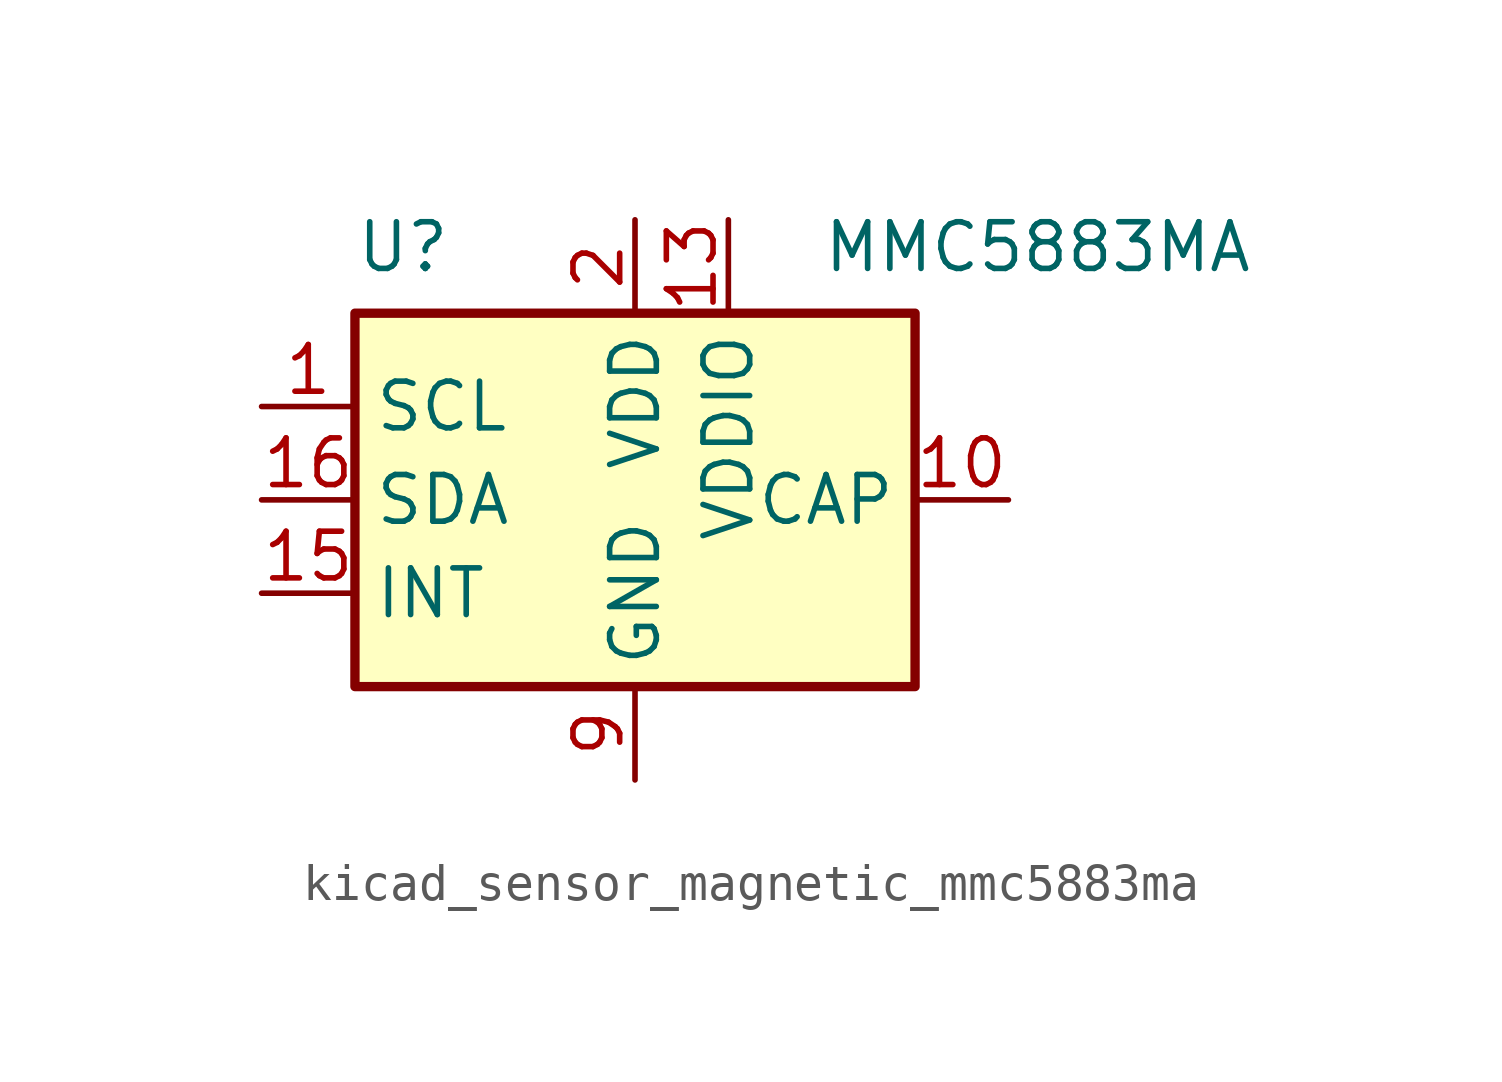
<source format=kicad_sym>
(kicad_symbol_lib
  (version 20220914)
  (generator kicad_symbol_editor)
  (symbol "kicad_sensor_magnetic_mmc5883ma"
    (property "Reference" "U"
      (at -7.62 7.62 0)
      (effects (font (size 1.27 1.27)) (justify left top)))
    (property "Value" "MMC5883MA"
      (at 5.08 7.62 0)
      (effects (font (size 1.27 1.27)) (justify left top)))
    (symbol "kicad_sensor_magnetic_mmc5883ma_0_1"
      (rectangle (start -7.62 -5.08) (end 7.62 5.08) (stroke (width 0.254) (type default)) (fill (type background))))
    (symbol "kicad_sensor_magnetic_mmc5883ma_1_1"
      (pin input line (at -10.16 2.54 0) (length 2.54) (name "SCL" (effects (font (size 1.27 1.27)))) (number "1" (effects (font (size 1.27 1.27)))))
      (pin passive line (at 10.16 0 180) (length 2.54) (name "CAP" (effects (font (size 1.27 1.27)))) (number "10" (effects (font (size 1.27 1.27)))))
      (pin passive line (at 0 -7.62 90) (length 2.54) hide (name "GND" (effects (font (size 1.27 1.27)))) (number "11" (effects (font (size 1.27 1.27)))))
      (pin no_connect line (at 5.08 -5.08 90) (length 2.54) hide (name "NC" (effects (font (size 1.27 1.27)))) (number "12" (effects (font (size 1.27 1.27)))))
      (pin power_in line (at 2.54 7.62 270) (length 2.54) (name "VDDIO" (effects (font (size 1.27 1.27)))) (number "13" (effects (font (size 1.27 1.27)))))
      (pin no_connect line (at -2.54 -5.08 90) (length 2.54) hide (name "NC" (effects (font (size 1.27 1.27)))) (number "14" (effects (font (size 1.27 1.27)))))
      (pin output line (at -10.16 -2.54 0) (length 2.54) (name "INT" (effects (font (size 1.27 1.27)))) (number "15" (effects (font (size 1.27 1.27)))))
      (pin bidirectional line (at -10.16 0 0) (length 2.54) (name "SDA" (effects (font (size 1.27 1.27)))) (number "16" (effects (font (size 1.27 1.27)))))
      (pin power_in line (at 0 7.62 270) (length 2.54) (name "VDD" (effects (font (size 1.27 1.27)))) (number "2" (effects (font (size 1.27 1.27)))))
      (pin no_connect line (at 7.62 -5.08 180) (length 2.54) hide (name "NC" (effects (font (size 1.27 1.27)))) (number "3" (effects (font (size 1.27 1.27)))))
      (pin no_connect line (at 7.62 2.54 180) (length 2.54) hide (name "NC" (effects (font (size 1.27 1.27)))) (number "4" (effects (font (size 1.27 1.27)))))
      (pin no_connect line (at 7.62 5.08 180) (length 2.54) hide (name "NC" (effects (font (size 1.27 1.27)))) (number "5" (effects (font (size 1.27 1.27)))))
      (pin no_connect line (at 7.62 -2.54 180) (length 2.54) hide (name "NC" (effects (font (size 1.27 1.27)))) (number "6" (effects (font (size 1.27 1.27)))))
      (pin no_connect line (at -5.08 -5.08 90) (length 2.54) hide (name "NC" (effects (font (size 1.27 1.27)))) (number "7" (effects (font (size 1.27 1.27)))))
      (pin no_connect line (at 2.54 -5.08 90) (length 2.54) hide (name "NC" (effects (font (size 1.27 1.27)))) (number "8" (effects (font (size 1.27 1.27)))))
      (pin power_in line (at 0 -7.62 90) (length 2.54) (name "GND" (effects (font (size 1.27 1.27)))) (number "9" (effects (font (size 1.27 1.27))))))))
</source>
